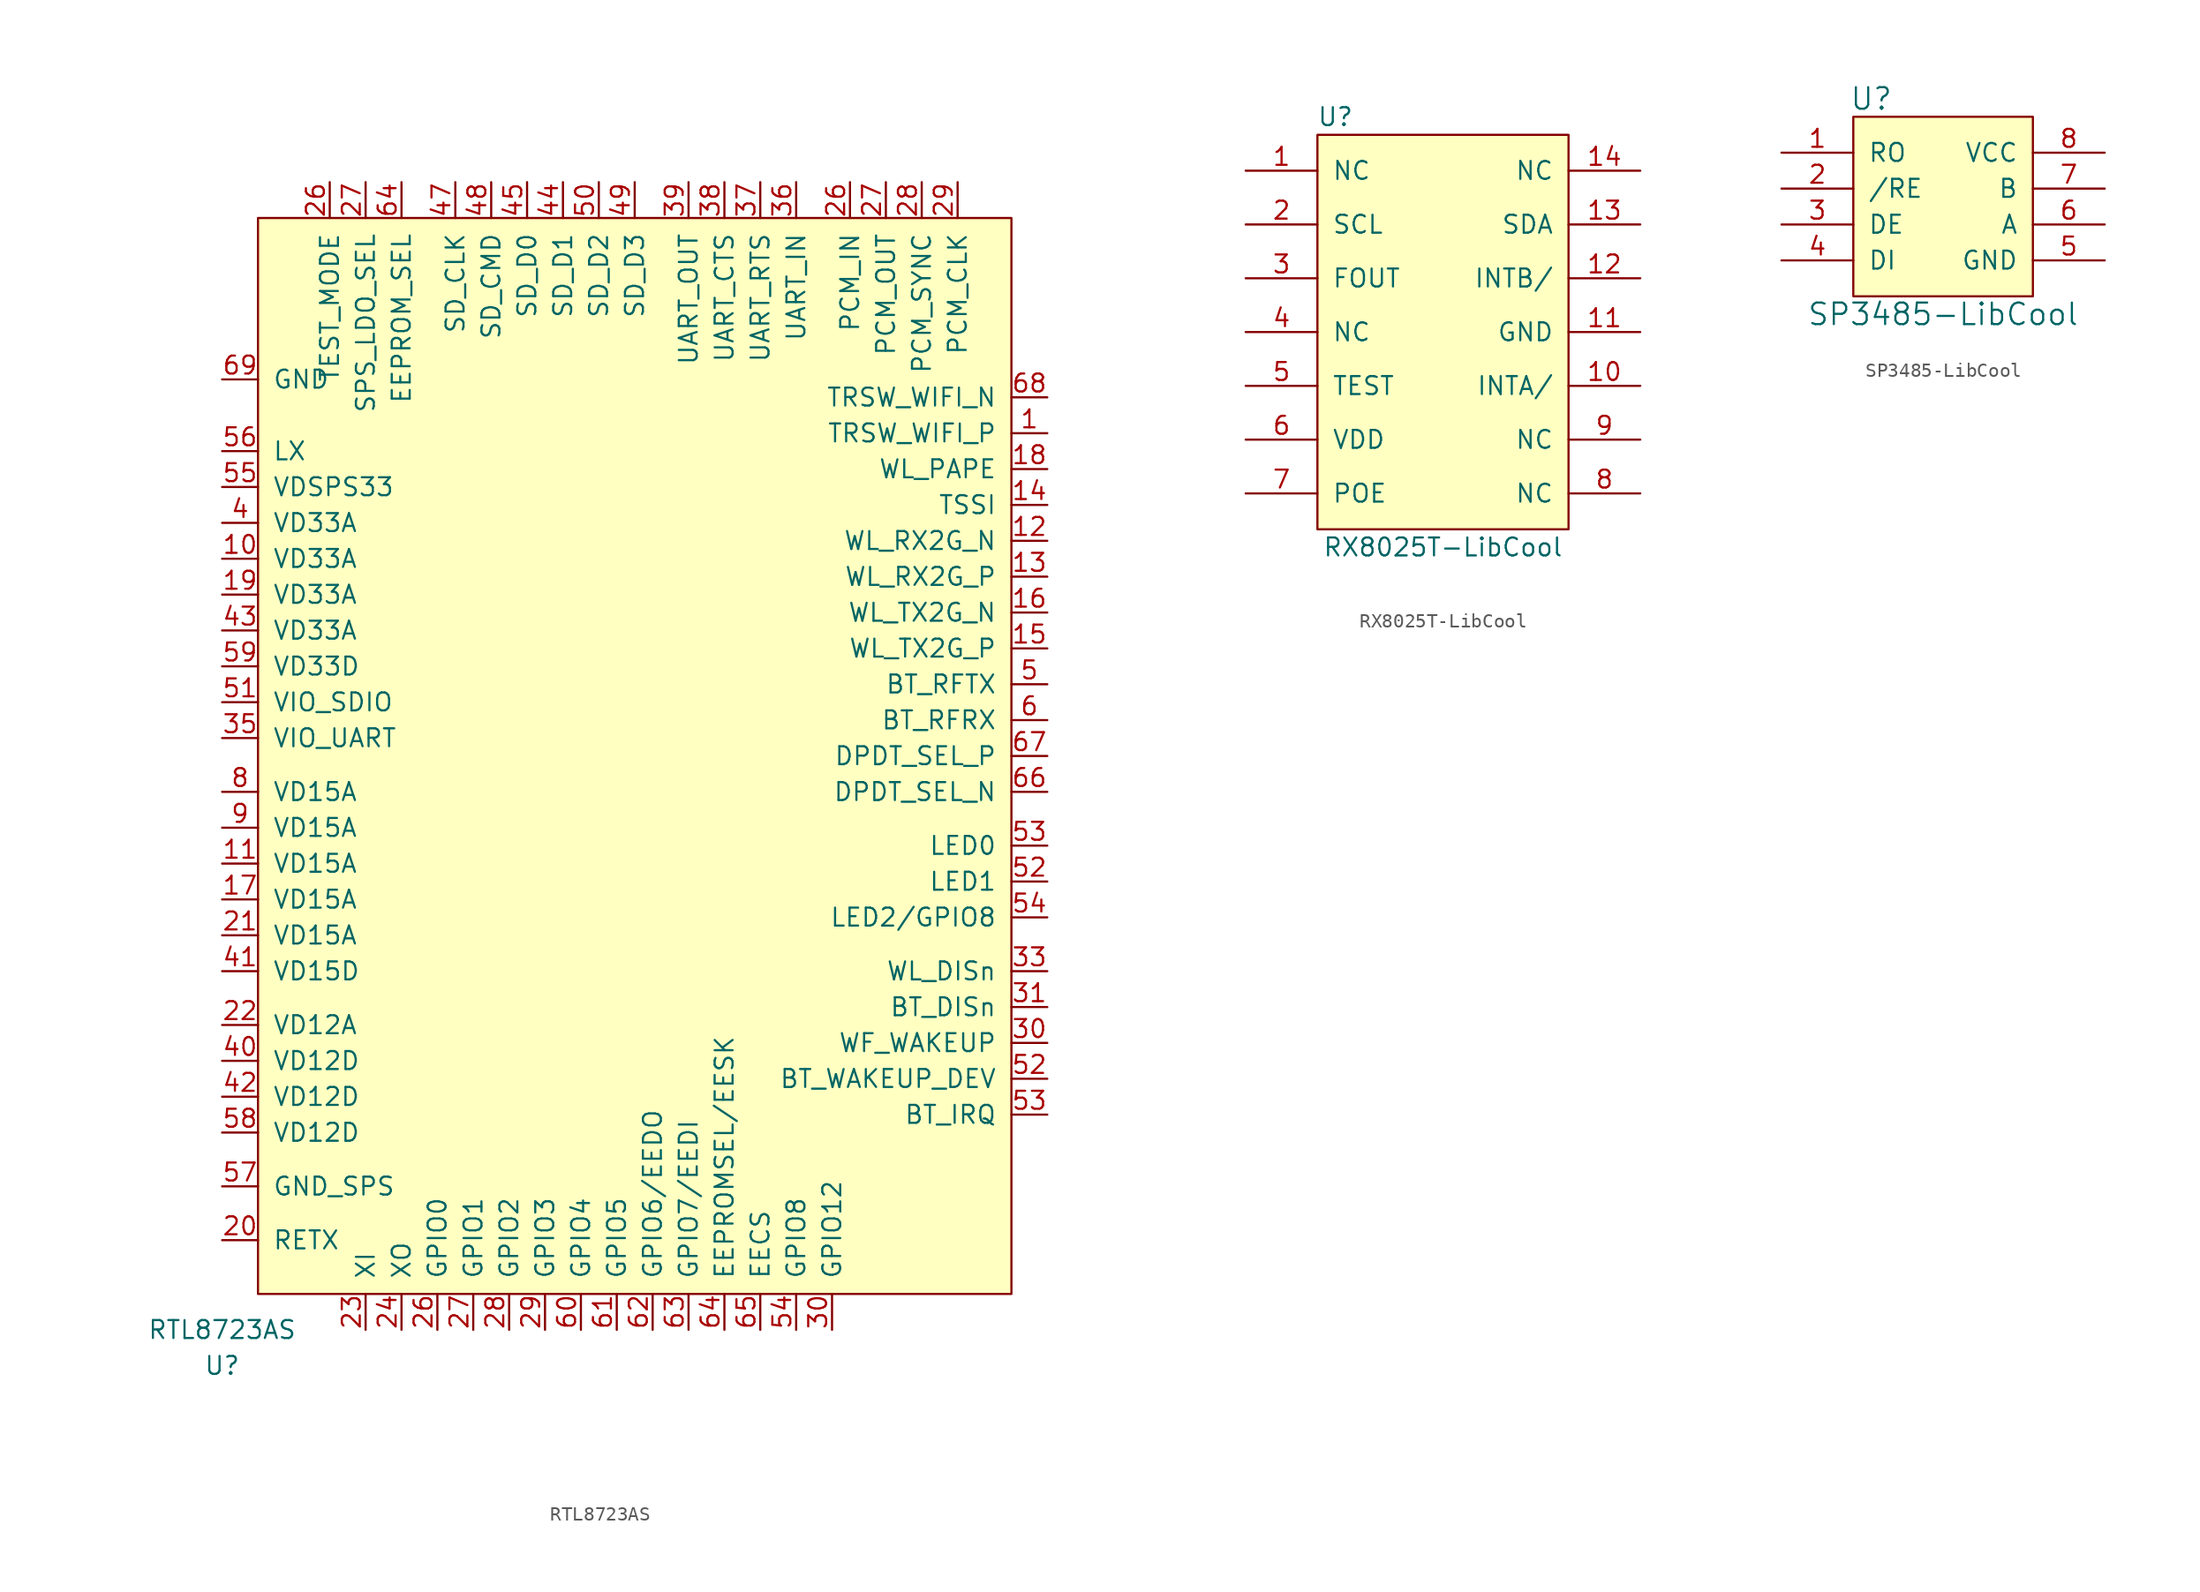
<source format=kicad_sym>
(kicad_symbol_lib
  (version 20220126)
  (generator kicad_symbol_editor)
  (symbol "RTL8723AS"
    (pin_names
      (offset 1.016))
    (property "Reference" "U"
      (at 0 0 0)
      (effects (font (size 1.27 1.27))))
    (property "Value" "RTL8723AS"
      (at 0 2.54 0)
      (effects (font (size 1.27 1.27))))
    (symbol "RTL8723AS_0_1"
      (rectangle (start 2.54 81.28) (end 55.88 5.08) (stroke (width 0) (type default)) (fill (type background))))
    (symbol "RTL8723AS_1_1"
      (pin input line (at 58.42 66.04 180) (length 2.54) (name "TRSW_WIFI_P" (effects (font (size 1.27 1.27)))) (number "1" (effects (font (size 1.27 1.27)))))
      (pin input line (at 0 57.15 0) (length 2.54) (name "VD33A" (effects (font (size 1.27 1.27)))) (number "10" (effects (font (size 1.27 1.27)))))
      (pin input line (at 0 35.56 0) (length 2.54) (name "VD15A" (effects (font (size 1.27 1.27)))) (number "11" (effects (font (size 1.27 1.27)))))
      (pin input line (at 58.42 58.42 180) (length 2.54) (name "WL_RX2G_N" (effects (font (size 1.27 1.27)))) (number "12" (effects (font (size 1.27 1.27)))))
      (pin input line (at 58.42 55.88 180) (length 2.54) (name "WL_RX2G_P" (effects (font (size 1.27 1.27)))) (number "13" (effects (font (size 1.27 1.27)))))
      (pin input line (at 58.42 60.96 180) (length 2.54) (name "TSSI" (effects (font (size 1.27 1.27)))) (number "14" (effects (font (size 1.27 1.27)))))
      (pin input line (at 58.42 50.8 180) (length 2.54) (name "WL_TX2G_P" (effects (font (size 1.27 1.27)))) (number "15" (effects (font (size 1.27 1.27)))))
      (pin input line (at 58.42 53.34 180) (length 2.54) (name "WL_TX2G_N" (effects (font (size 1.27 1.27)))) (number "16" (effects (font (size 1.27 1.27)))))
      (pin input line (at 0 33.02 0) (length 2.54) (name "VD15A" (effects (font (size 1.27 1.27)))) (number "17" (effects (font (size 1.27 1.27)))))
      (pin input line (at 58.42 63.5 180) (length 2.54) (name "WL_PAPE" (effects (font (size 1.27 1.27)))) (number "18" (effects (font (size 1.27 1.27)))))
      (pin input line (at 0 54.61 0) (length 2.54) (name "VD33A" (effects (font (size 1.27 1.27)))) (number "19" (effects (font (size 1.27 1.27)))))
      (pin input line (at 0 8.89 0) (length 2.54) (name "RETX" (effects (font (size 1.27 1.27)))) (number "20" (effects (font (size 1.27 1.27)))))
      (pin input line (at 0 30.48 0) (length 2.54) (name "VD15A" (effects (font (size 1.27 1.27)))) (number "21" (effects (font (size 1.27 1.27)))))
      (pin input line (at 0 24.13 0) (length 2.54) (name "VD12A" (effects (font (size 1.27 1.27)))) (number "22" (effects (font (size 1.27 1.27)))))
      (pin input line (at 10.16 2.54 90) (length 2.54) (name "XI" (effects (font (size 1.27 1.27)))) (number "23" (effects (font (size 1.27 1.27)))))
      (pin input line (at 12.7 2.54 90) (length 2.54) (name "XO" (effects (font (size 1.27 1.27)))) (number "24" (effects (font (size 1.27 1.27)))))
      (pin input line (at 15.24 2.54 90) (length 2.54) (name "GPIO0" (effects (font (size 1.27 1.27)))) (number "26" (effects (font (size 1.27 1.27)))))
      (pin input line (at 44.45 83.82 270) (length 2.54) (name "PCM_IN" (effects (font (size 1.27 1.27)))) (number "26" (effects (font (size 1.27 1.27)))))
      (pin input line (at 7.62 83.82 270) (length 2.54) (name "TEST_MODE" (effects (font (size 1.27 1.27)))) (number "26" (effects (font (size 1.27 1.27)))))
      (pin input line (at 17.78 2.54 90) (length 2.54) (name "GPIO1" (effects (font (size 1.27 1.27)))) (number "27" (effects (font (size 1.27 1.27)))))
      (pin input line (at 46.99 83.82 270) (length 2.54) (name "PCM_OUT" (effects (font (size 1.27 1.27)))) (number "27" (effects (font (size 1.27 1.27)))))
      (pin input line (at 10.16 83.82 270) (length 2.54) (name "SPS_LDO_SEL" (effects (font (size 1.27 1.27)))) (number "27" (effects (font (size 1.27 1.27)))))
      (pin input line (at 20.32 2.54 90) (length 2.54) (name "GPIO2" (effects (font (size 1.27 1.27)))) (number "28" (effects (font (size 1.27 1.27)))))
      (pin input line (at 49.53 83.82 270) (length 2.54) (name "PCM_SYNC" (effects (font (size 1.27 1.27)))) (number "28" (effects (font (size 1.27 1.27)))))
      (pin input line (at 22.86 2.54 90) (length 2.54) (name "GPIO3" (effects (font (size 1.27 1.27)))) (number "29" (effects (font (size 1.27 1.27)))))
      (pin input line (at 52.07 83.82 270) (length 2.54) (name "PCM_CLK" (effects (font (size 1.27 1.27)))) (number "29" (effects (font (size 1.27 1.27)))))
      (pin input line (at 43.18 2.54 90) (length 2.54) (name "GPIO12" (effects (font (size 1.27 1.27)))) (number "30" (effects (font (size 1.27 1.27)))))
      (pin input line (at 58.42 22.86 180) (length 2.54) (name "WF_WAKEUP" (effects (font (size 1.27 1.27)))) (number "30" (effects (font (size 1.27 1.27)))))
      (pin input line (at 58.42 25.4 180) (length 2.54) (name "BT_DISn" (effects (font (size 1.27 1.27)))) (number "31" (effects (font (size 1.27 1.27)))))
      (pin input line (at 58.42 27.94 180) (length 2.54) (name "WL_DISn" (effects (font (size 1.27 1.27)))) (number "33" (effects (font (size 1.27 1.27)))))
      (pin input line (at 0 44.45 0) (length 2.54) (name "VIO_UART" (effects (font (size 1.27 1.27)))) (number "35" (effects (font (size 1.27 1.27)))))
      (pin input line (at 40.64 83.82 270) (length 2.54) (name "UART_IN" (effects (font (size 1.27 1.27)))) (number "36" (effects (font (size 1.27 1.27)))))
      (pin input line (at 38.1 83.82 270) (length 2.54) (name "UART_RTS" (effects (font (size 1.27 1.27)))) (number "37" (effects (font (size 1.27 1.27)))))
      (pin input line (at 35.56 83.82 270) (length 2.54) (name "UART_CTS" (effects (font (size 1.27 1.27)))) (number "38" (effects (font (size 1.27 1.27)))))
      (pin input line (at 33.02 83.82 270) (length 2.54) (name "UART_OUT" (effects (font (size 1.27 1.27)))) (number "39" (effects (font (size 1.27 1.27)))))
      (pin input line (at 0 59.69 0) (length 2.54) (name "VD33A" (effects (font (size 1.27 1.27)))) (number "4" (effects (font (size 1.27 1.27)))))
      (pin input line (at 0 21.59 0) (length 2.54) (name "VD12D" (effects (font (size 1.27 1.27)))) (number "40" (effects (font (size 1.27 1.27)))))
      (pin input line (at 0 27.94 0) (length 2.54) (name "VD15D" (effects (font (size 1.27 1.27)))) (number "41" (effects (font (size 1.27 1.27)))))
      (pin input line (at 0 19.05 0) (length 2.54) (name "VD12D" (effects (font (size 1.27 1.27)))) (number "42" (effects (font (size 1.27 1.27)))))
      (pin input line (at 0 52.07 0) (length 2.54) (name "VD33A" (effects (font (size 1.27 1.27)))) (number "43" (effects (font (size 1.27 1.27)))))
      (pin input line (at 24.13 83.82 270) (length 2.54) (name "SD_D1" (effects (font (size 1.27 1.27)))) (number "44" (effects (font (size 1.27 1.27)))))
      (pin input line (at 21.59 83.82 270) (length 2.54) (name "SD_D0" (effects (font (size 1.27 1.27)))) (number "45" (effects (font (size 1.27 1.27)))))
      (pin input line (at 16.51 83.82 270) (length 2.54) (name "SD_CLK" (effects (font (size 1.27 1.27)))) (number "47" (effects (font (size 1.27 1.27)))))
      (pin input line (at 19.05 83.82 270) (length 2.54) (name "SD_CMD" (effects (font (size 1.27 1.27)))) (number "48" (effects (font (size 1.27 1.27)))))
      (pin input line (at 29.21 83.82 270) (length 2.54) (name "SD_D3" (effects (font (size 1.27 1.27)))) (number "49" (effects (font (size 1.27 1.27)))))
      (pin input line (at 58.42 48.26 180) (length 2.54) (name "BT_RFTX" (effects (font (size 1.27 1.27)))) (number "5" (effects (font (size 1.27 1.27)))))
      (pin input line (at 26.67 83.82 270) (length 2.54) (name "SD_D2" (effects (font (size 1.27 1.27)))) (number "50" (effects (font (size 1.27 1.27)))))
      (pin input line (at 0 46.99 0) (length 2.54) (name "VIO_SDIO" (effects (font (size 1.27 1.27)))) (number "51" (effects (font (size 1.27 1.27)))))
      (pin input line (at 58.42 20.32 180) (length 2.54) (name "BT_WAKEUP_DEV" (effects (font (size 1.27 1.27)))) (number "52" (effects (font (size 1.27 1.27)))))
      (pin input line (at 58.42 34.29 180) (length 2.54) (name "LED1" (effects (font (size 1.27 1.27)))) (number "52" (effects (font (size 1.27 1.27)))))
      (pin input line (at 58.42 17.78 180) (length 2.54) (name "BT_IRQ" (effects (font (size 1.27 1.27)))) (number "53" (effects (font (size 1.27 1.27)))))
      (pin input line (at 58.42 36.83 180) (length 2.54) (name "LED0" (effects (font (size 1.27 1.27)))) (number "53" (effects (font (size 1.27 1.27)))))
      (pin input line (at 40.64 2.54 90) (length 2.54) (name "GPIO8" (effects (font (size 1.27 1.27)))) (number "54" (effects (font (size 1.27 1.27)))))
      (pin input line (at 58.42 31.75 180) (length 2.54) (name "LED2/GPIO8" (effects (font (size 1.27 1.27)))) (number "54" (effects (font (size 1.27 1.27)))))
      (pin input line (at 0 62.23 0) (length 2.54) (name "VDSPS33" (effects (font (size 1.27 1.27)))) (number "55" (effects (font (size 1.27 1.27)))))
      (pin input line (at 0 64.77 0) (length 2.54) (name "LX" (effects (font (size 1.27 1.27)))) (number "56" (effects (font (size 1.27 1.27)))))
      (pin input line (at 0 12.7 0) (length 2.54) (name "GND_SPS" (effects (font (size 1.27 1.27)))) (number "57" (effects (font (size 1.27 1.27)))))
      (pin input line (at 0 16.51 0) (length 2.54) (name "VD12D" (effects (font (size 1.27 1.27)))) (number "58" (effects (font (size 1.27 1.27)))))
      (pin input line (at 0 49.53 0) (length 2.54) (name "VD33D" (effects (font (size 1.27 1.27)))) (number "59" (effects (font (size 1.27 1.27)))))
      (pin input line (at 58.42 45.72 180) (length 2.54) (name "BT_RFRX" (effects (font (size 1.27 1.27)))) (number "6" (effects (font (size 1.27 1.27)))))
      (pin input line (at 25.4 2.54 90) (length 2.54) (name "GPIO4" (effects (font (size 1.27 1.27)))) (number "60" (effects (font (size 1.27 1.27)))))
      (pin input line (at 27.94 2.54 90) (length 2.54) (name "GPIO5" (effects (font (size 1.27 1.27)))) (number "61" (effects (font (size 1.27 1.27)))))
      (pin input line (at 30.48 2.54 90) (length 2.54) (name "GPIO6/EEDO" (effects (font (size 1.27 1.27)))) (number "62" (effects (font (size 1.27 1.27)))))
      (pin input line (at 33.02 2.54 90) (length 2.54) (name "GPIO7/EEDI" (effects (font (size 1.27 1.27)))) (number "63" (effects (font (size 1.27 1.27)))))
      (pin input line (at 12.7 83.82 270) (length 2.54) (name "EEPROM_SEL" (effects (font (size 1.27 1.27)))) (number "64" (effects (font (size 1.27 1.27)))))
      (pin input line (at 35.56 2.54 90) (length 2.54) (name "EEPROMSEL/EESK" (effects (font (size 1.27 1.27)))) (number "64" (effects (font (size 1.27 1.27)))))
      (pin input line (at 38.1 2.54 90) (length 2.54) (name "EECS" (effects (font (size 1.27 1.27)))) (number "65" (effects (font (size 1.27 1.27)))))
      (pin input line (at 58.42 40.64 180) (length 2.54) (name "DPDT_SEL_N" (effects (font (size 1.27 1.27)))) (number "66" (effects (font (size 1.27 1.27)))))
      (pin input line (at 58.42 43.18 180) (length 2.54) (name "DPDT_SEL_P" (effects (font (size 1.27 1.27)))) (number "67" (effects (font (size 1.27 1.27)))))
      (pin input line (at 58.42 68.58 180) (length 2.54) (name "TRSW_WIFI_N" (effects (font (size 1.27 1.27)))) (number "68" (effects (font (size 1.27 1.27)))))
      (pin input line (at 0 69.85 0) (length 2.54) (name "GND" (effects (font (size 1.27 1.27)))) (number "69" (effects (font (size 1.27 1.27)))))
      (pin input line (at 0 40.64 0) (length 2.54) (name "VD15A" (effects (font (size 1.27 1.27)))) (number "8" (effects (font (size 1.27 1.27)))))
      (pin input line (at 0 38.1 0) (length 2.54) (name "VD15A" (effects (font (size 1.27 1.27)))) (number "9" (effects (font (size 1.27 1.27)))))))
  (symbol "RX8025T-LibCool"
    (pin_names
      (offset 1.016))
    (property "Reference" "U"
      (at -7.62 15.24 0)
      (effects (font (size 1.27 1.27))))
    (property "Value" "RX8025T-LibCool"
      (at 0 -15.24 0)
      (effects (font (size 1.27 1.27))))
    (symbol "RX8025T-LibCool_1_1"
      (rectangle (start -8.89 13.97) (end 8.89 -13.97) (stroke (width 0) (type default)) (fill (type background)))
      (pin output line (at -13.97 11.43 0) (length 5.08) (name "NC" (effects (font (size 1.27 1.27)))) (number "1" (effects (font (size 1.27 1.27)))))
      (pin output line (at 13.97 -3.81 180) (length 5.08) (name "INTA/" (effects (font (size 1.27 1.27)))) (number "10" (effects (font (size 1.27 1.27)))))
      (pin output line (at 13.97 0 180) (length 5.08) (name "GND" (effects (font (size 1.27 1.27)))) (number "11" (effects (font (size 1.27 1.27)))))
      (pin output line (at 13.97 3.81 180) (length 5.08) (name "INTB/" (effects (font (size 1.27 1.27)))) (number "12" (effects (font (size 1.27 1.27)))))
      (pin output line (at 13.97 7.62 180) (length 5.08) (name "SDA" (effects (font (size 1.27 1.27)))) (number "13" (effects (font (size 1.27 1.27)))))
      (pin output line (at 13.97 11.43 180) (length 5.08) (name "NC" (effects (font (size 1.27 1.27)))) (number "14" (effects (font (size 1.27 1.27)))))
      (pin output line (at -13.97 7.62 0) (length 5.08) (name "SCL" (effects (font (size 1.27 1.27)))) (number "2" (effects (font (size 1.27 1.27)))))
      (pin output line (at -13.97 3.81 0) (length 5.08) (name "FOUT" (effects (font (size 1.27 1.27)))) (number "3" (effects (font (size 1.27 1.27)))))
      (pin output line (at -13.97 0 0) (length 5.08) (name "NC" (effects (font (size 1.27 1.27)))) (number "4" (effects (font (size 1.27 1.27)))))
      (pin output line (at -13.97 -3.81 0) (length 5.08) (name "TEST" (effects (font (size 1.27 1.27)))) (number "5" (effects (font (size 1.27 1.27)))))
      (pin output line (at -13.97 -7.62 0) (length 5.08) (name "VDD" (effects (font (size 1.27 1.27)))) (number "6" (effects (font (size 1.27 1.27)))))
      (pin output line (at -13.97 -11.43 0) (length 5.08) (name "POE" (effects (font (size 1.27 1.27)))) (number "7" (effects (font (size 1.27 1.27)))))
      (pin output line (at 13.97 -11.43 180) (length 5.08) (name "NC" (effects (font (size 1.27 1.27)))) (number "8" (effects (font (size 1.27 1.27)))))
      (pin output line (at 13.97 -7.62 180) (length 5.08) (name "NC" (effects (font (size 1.27 1.27)))) (number "9" (effects (font (size 1.27 1.27)))))))
  (symbol "SP3485-LibCool"
    (pin_names
      (offset 1.016))
    (property "Reference" "U"
      (at -5.08 7.62 0)
      (effects (font (size 1.524 1.524))))
    (property "Value" "SP3485-LibCool"
      (at 0 -7.62 0)
      (effects (font (size 1.524 1.524))))
    (property "Footprint" ""
      (at 0 0 0)
      (effects (font (size 1.524 1.524))))
    (property "Datasheet" ""
      (at 0 0 0)
      (effects (font (size 1.524 1.524))))
    (symbol "SP3485-LibCool_0_1"
      (rectangle (start -6.35 6.35) (end 6.35 -6.35) (stroke (width 0) (type default)) (fill (type background))))
    (symbol "SP3485-LibCool_1_1"
      (pin input line (at -11.43 3.81 0) (length 5.08) (name "RO" (effects (font (size 1.27 1.27)))) (number "1" (effects (font (size 1.27 1.27)))))
      (pin input line (at -11.43 1.27 0) (length 5.08) (name "/RE" (effects (font (size 1.27 1.27)))) (number "2" (effects (font (size 1.27 1.27)))))
      (pin input line (at -11.43 -1.27 0) (length 5.08) (name "DE" (effects (font (size 1.27 1.27)))) (number "3" (effects (font (size 1.27 1.27)))))
      (pin input line (at -11.43 -3.81 0) (length 5.08) (name "DI" (effects (font (size 1.27 1.27)))) (number "4" (effects (font (size 1.27 1.27)))))
      (pin input line (at 11.43 -3.81 180) (length 5.08) (name "GND" (effects (font (size 1.27 1.27)))) (number "5" (effects (font (size 1.27 1.27)))))
      (pin input line (at 11.43 -1.27 180) (length 5.08) (name "A" (effects (font (size 1.27 1.27)))) (number "6" (effects (font (size 1.27 1.27)))))
      (pin input line (at 11.43 1.27 180) (length 5.08) (name "B" (effects (font (size 1.27 1.27)))) (number "7" (effects (font (size 1.27 1.27)))))
      (pin input line (at 11.43 3.81 180) (length 5.08) (name "VCC" (effects (font (size 1.27 1.27)))) (number "8" (effects (font (size 1.27 1.27))))))))
</source>
